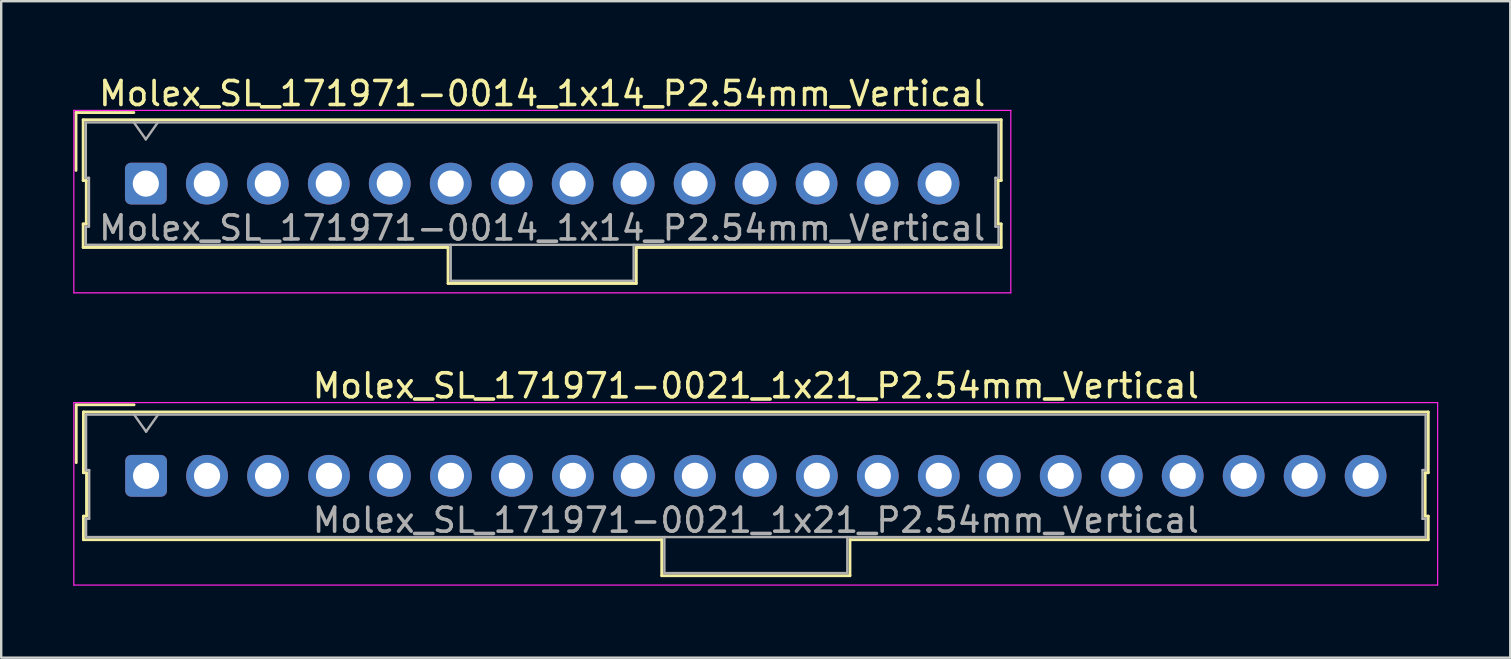
<source format=kicad_pcb>
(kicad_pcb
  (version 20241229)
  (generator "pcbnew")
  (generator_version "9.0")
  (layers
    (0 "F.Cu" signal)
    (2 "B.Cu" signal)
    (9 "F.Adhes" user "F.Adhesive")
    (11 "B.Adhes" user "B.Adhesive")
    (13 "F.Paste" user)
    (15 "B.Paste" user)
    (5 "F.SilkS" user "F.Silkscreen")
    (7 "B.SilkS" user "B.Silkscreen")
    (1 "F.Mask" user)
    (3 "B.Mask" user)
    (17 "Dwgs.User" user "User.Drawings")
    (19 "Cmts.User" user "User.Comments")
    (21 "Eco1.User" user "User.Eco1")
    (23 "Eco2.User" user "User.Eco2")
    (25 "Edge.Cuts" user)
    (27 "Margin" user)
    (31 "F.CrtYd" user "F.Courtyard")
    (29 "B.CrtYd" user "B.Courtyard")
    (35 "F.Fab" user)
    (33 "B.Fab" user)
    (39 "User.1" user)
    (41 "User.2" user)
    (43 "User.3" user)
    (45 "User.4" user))
  (footprint "Molex_SL_171971-0014_1x14_P2.54mm_Vertical"
    (layer "F.Cu")
    (at 3.025 4.598)
    (property "Reference" "Molex_SL_171971-0014_1x14_P2.54mm_Vertical" (at 16.51 -3.75 0) (layer "F.SilkS") (effects (font (size 1 1) (thickness 0.15))))
    (attr through_hole)
    (fp_line (start -2.91 -2.96) (end -0.5 -2.96) (stroke (width 0.12) (type solid)) (layer "F.SilkS"))
    (fp_line (start -2.91 -0.55) (end -2.91 -2.96) (stroke (width 0.12) (type solid)) (layer "F.SilkS"))
    (fp_line (start -2.61 -2.66) (end -2.61 -0.13) (stroke (width 0.12) (type solid)) (layer "F.SilkS"))
    (fp_line (start -2.61 -0.13) (end -2.48 -0.13) (stroke (width 0.12) (type solid)) (layer "F.SilkS"))
    (fp_line (start -2.61 1.68) (end -2.61 2.66) (stroke (width 0.12) (type solid)) (layer "F.SilkS"))
    (fp_line (start -2.61 2.66) (end 12.59 2.66) (stroke (width 0.12) (type solid)) (layer "F.SilkS"))
    (fp_line (start -2.48 -0.13) (end -2.48 1.68) (stroke (width 0.12) (type solid)) (layer "F.SilkS"))
    (fp_line (start -2.48 1.68) (end -2.61 1.68) (stroke (width 0.12) (type solid)) (layer "F.SilkS"))
    (fp_line (start 12.59 2.66) (end 12.59 4.16) (stroke (width 0.12) (type solid)) (layer "F.SilkS"))
    (fp_line (start 12.59 4.16) (end 20.43 4.16) (stroke (width 0.12) (type solid)) (layer "F.SilkS"))
    (fp_line (start 20.43 2.66) (end 35.63 2.66) (stroke (width 0.12) (type solid)) (layer "F.SilkS"))
    (fp_line (start 20.43 4.16) (end 20.43 2.66) (stroke (width 0.12) (type solid)) (layer "F.SilkS"))
    (fp_line (start 35.5 -0.13) (end 35.63 -0.13) (stroke (width 0.12) (type solid)) (layer "F.SilkS"))
    (fp_line (start 35.5 1.68) (end 35.5 -0.13) (stroke (width 0.12) (type solid)) (layer "F.SilkS"))
    (fp_line (start 35.63 -2.66) (end -2.61 -2.66) (stroke (width 0.12) (type solid)) (layer "F.SilkS"))
    (fp_line (start 35.63 -0.13) (end 35.63 -2.66) (stroke (width 0.12) (type solid)) (layer "F.SilkS"))
    (fp_line (start 35.63 1.68) (end 35.5 1.68) (stroke (width 0.12) (type solid)) (layer "F.SilkS"))
    (fp_line (start 35.63 2.66) (end 35.63 1.68) (stroke (width 0.12) (type solid)) (layer "F.SilkS"))
    (fp_line (start -3 -3.05) (end -3 4.55) (stroke (width 0.05) (type solid)) (layer "F.CrtYd"))
    (fp_line (start -3 4.55) (end 36.03 4.55) (stroke (width 0.05) (type solid)) (layer "F.CrtYd"))
    (fp_line (start 36.03 -3.05) (end -3 -3.05) (stroke (width 0.05) (type solid)) (layer "F.CrtYd"))
    (fp_line (start 36.03 4.55) (end 36.03 -3.05) (stroke (width 0.05) (type solid)) (layer "F.CrtYd"))
    (fp_line (start -2.5 -2.55) (end -2.5 -0.24) (stroke (width 0.1) (type solid)) (layer "F.Fab"))
    (fp_line (start -2.5 -0.24) (end -2.37 -0.24) (stroke (width 0.1) (type solid)) (layer "F.Fab"))
    (fp_line (start -2.5 1.79) (end -2.5 2.55) (stroke (width 0.1) (type solid)) (layer "F.Fab"))
    (fp_line (start -2.5 2.55) (end 35.52 2.55) (stroke (width 0.1) (type solid)) (layer "F.Fab"))
    (fp_line (start -2.37 -0.24) (end -2.37 1.79) (stroke (width 0.1) (type solid)) (layer "F.Fab"))
    (fp_line (start -2.37 1.79) (end -2.5 1.79) (stroke (width 0.1) (type solid)) (layer "F.Fab"))
    (fp_line (start 0 -1.843) (end -0.5 -2.55) (stroke (width 0.1) (type solid)) (layer "F.Fab"))
    (fp_line (start 0.5 -2.55) (end 0 -1.843) (stroke (width 0.1) (type solid)) (layer "F.Fab"))
    (fp_line (start 12.7 2.55) (end 12.7 4.05) (stroke (width 0.1) (type solid)) (layer "F.Fab"))
    (fp_line (start 12.7 4.05) (end 20.32 4.05) (stroke (width 0.1) (type solid)) (layer "F.Fab"))
    (fp_line (start 20.32 4.05) (end 20.32 2.55) (stroke (width 0.1) (type solid)) (layer "F.Fab"))
    (fp_line (start 35.39 -0.24) (end 35.52 -0.24) (stroke (width 0.1) (type solid)) (layer "F.Fab"))
    (fp_line (start 35.39 1.79) (end 35.39 -0.24) (stroke (width 0.1) (type solid)) (layer "F.Fab"))
    (fp_line (start 35.52 -2.55) (end -2.5 -2.55) (stroke (width 0.1) (type solid)) (layer "F.Fab"))
    (fp_line (start 35.52 -0.24) (end 35.52 -2.55) (stroke (width 0.1) (type solid)) (layer "F.Fab"))
    (fp_line (start 35.52 1.79) (end 35.39 1.79) (stroke (width 0.1) (type solid)) (layer "F.Fab"))
    (fp_line (start 35.52 2.55) (end 35.52 1.79) (stroke (width 0.1) (type solid)) (layer "F.Fab"))
    (fp_text user "${REFERENCE}" (at 16.51 1.85 0) (layer "F.Fab") (effects (font (size 1 1) (thickness 0.15))))
    (pad "1" thru_hole roundrect (at 0 0) (size 1.74 1.74) (drill 1.09) (layers "*.Cu" "*.Mask") (roundrect_rratio 0.144))
    (pad "2" thru_hole circle (at 2.54 0) (size 1.74 1.74) (drill 1.09) (layers "*.Cu" "*.Mask"))
    (pad "3" thru_hole circle (at 5.08 0) (size 1.74 1.74) (drill 1.09) (layers "*.Cu" "*.Mask"))
    (pad "4" thru_hole circle (at 7.62 0) (size 1.74 1.74) (drill 1.09) (layers "*.Cu" "*.Mask"))
    (pad "5" thru_hole circle (at 10.16 0) (size 1.74 1.74) (drill 1.09) (layers "*.Cu" "*.Mask"))
    (pad "6" thru_hole circle (at 12.7 0) (size 1.74 1.74) (drill 1.09) (layers "*.Cu" "*.Mask"))
    (pad "7" thru_hole circle (at 15.24 0) (size 1.74 1.74) (drill 1.09) (layers "*.Cu" "*.Mask"))
    (pad "8" thru_hole circle (at 17.78 0) (size 1.74 1.74) (drill 1.09) (layers "*.Cu" "*.Mask"))
    (pad "9" thru_hole circle (at 20.32 0) (size 1.74 1.74) (drill 1.09) (layers "*.Cu" "*.Mask"))
    (pad "10" thru_hole circle (at 22.86 0) (size 1.74 1.74) (drill 1.09) (layers "*.Cu" "*.Mask"))
    (pad "11" thru_hole circle (at 25.4 0) (size 1.74 1.74) (drill 1.09) (layers "*.Cu" "*.Mask"))
    (pad "12" thru_hole circle (at 27.94 0) (size 1.74 1.74) (drill 1.09) (layers "*.Cu" "*.Mask"))
    (pad "13" thru_hole circle (at 30.48 0) (size 1.74 1.74) (drill 1.09) (layers "*.Cu" "*.Mask"))
    (pad "14" thru_hole circle (at 33.02 0) (size 1.74 1.74) (drill 1.09) (layers "*.Cu" "*.Mask")))
  (footprint "Molex_SL_171971-0021_1x21_P2.54mm_Vertical"
    (layer "F.Cu")
    (at 3.035 16.771)
    (property "Reference" "Molex_SL_171971-0021_1x21_P2.54mm_Vertical" (at 25.4 -3.75 0) (layer "F.SilkS") (effects (font (size 1 1) (thickness 0.15))))
    (attr through_hole)
    (fp_line (start -2.91 -2.96) (end -0.5 -2.96) (stroke (width 0.12) (type solid)) (layer "F.SilkS"))
    (fp_line (start -2.91 -0.55) (end -2.91 -2.96) (stroke (width 0.12) (type solid)) (layer "F.SilkS"))
    (fp_line (start -2.61 -2.66) (end -2.61 -0.13) (stroke (width 0.12) (type solid)) (layer "F.SilkS"))
    (fp_line (start -2.61 -0.13) (end -2.48 -0.13) (stroke (width 0.12) (type solid)) (layer "F.SilkS"))
    (fp_line (start -2.61 1.68) (end -2.61 2.66) (stroke (width 0.12) (type solid)) (layer "F.SilkS"))
    (fp_line (start -2.61 2.66) (end 21.48 2.66) (stroke (width 0.12) (type solid)) (layer "F.SilkS"))
    (fp_line (start -2.48 -0.13) (end -2.48 1.68) (stroke (width 0.12) (type solid)) (layer "F.SilkS"))
    (fp_line (start -2.48 1.68) (end -2.61 1.68) (stroke (width 0.12) (type solid)) (layer "F.SilkS"))
    (fp_line (start 21.48 2.66) (end 21.48 4.16) (stroke (width 0.12) (type solid)) (layer "F.SilkS"))
    (fp_line (start 21.48 4.16) (end 29.32 4.16) (stroke (width 0.12) (type solid)) (layer "F.SilkS"))
    (fp_line (start 29.32 2.66) (end 53.41 2.66) (stroke (width 0.12) (type solid)) (layer "F.SilkS"))
    (fp_line (start 29.32 4.16) (end 29.32 2.66) (stroke (width 0.12) (type solid)) (layer "F.SilkS"))
    (fp_line (start 53.28 -0.13) (end 53.41 -0.13) (stroke (width 0.12) (type solid)) (layer "F.SilkS"))
    (fp_line (start 53.28 1.68) (end 53.28 -0.13) (stroke (width 0.12) (type solid)) (layer "F.SilkS"))
    (fp_line (start 53.41 -2.66) (end -2.61 -2.66) (stroke (width 0.12) (type solid)) (layer "F.SilkS"))
    (fp_line (start 53.41 -0.13) (end 53.41 -2.66) (stroke (width 0.12) (type solid)) (layer "F.SilkS"))
    (fp_line (start 53.41 1.68) (end 53.28 1.68) (stroke (width 0.12) (type solid)) (layer "F.SilkS"))
    (fp_line (start 53.41 2.66) (end 53.41 1.68) (stroke (width 0.12) (type solid)) (layer "F.SilkS"))
    (fp_line (start -3.01 -3.05) (end -3.01 4.55) (stroke (width 0.05) (type solid)) (layer "F.CrtYd"))
    (fp_line (start -3.01 4.55) (end 53.8 4.55) (stroke (width 0.05) (type solid)) (layer "F.CrtYd"))
    (fp_line (start 53.8 -3.05) (end -3.01 -3.05) (stroke (width 0.05) (type solid)) (layer "F.CrtYd"))
    (fp_line (start 53.8 4.55) (end 53.8 -3.05) (stroke (width 0.05) (type solid)) (layer "F.CrtYd"))
    (fp_line (start -2.5 -2.55) (end -2.5 -0.24) (stroke (width 0.1) (type solid)) (layer "F.Fab"))
    (fp_line (start -2.5 -0.24) (end -2.37 -0.24) (stroke (width 0.1) (type solid)) (layer "F.Fab"))
    (fp_line (start -2.5 1.79) (end -2.5 2.55) (stroke (width 0.1) (type solid)) (layer "F.Fab"))
    (fp_line (start -2.5 2.55) (end 53.3 2.55) (stroke (width 0.1) (type solid)) (layer "F.Fab"))
    (fp_line (start -2.37 -0.24) (end -2.37 1.79) (stroke (width 0.1) (type solid)) (layer "F.Fab"))
    (fp_line (start -2.37 1.79) (end -2.5 1.79) (stroke (width 0.1) (type solid)) (layer "F.Fab"))
    (fp_line (start 0 -1.843) (end -0.5 -2.55) (stroke (width 0.1) (type solid)) (layer "F.Fab"))
    (fp_line (start 0.5 -2.55) (end 0 -1.843) (stroke (width 0.1) (type solid)) (layer "F.Fab"))
    (fp_line (start 21.59 2.55) (end 21.59 4.05) (stroke (width 0.1) (type solid)) (layer "F.Fab"))
    (fp_line (start 21.59 4.05) (end 29.21 4.05) (stroke (width 0.1) (type solid)) (layer "F.Fab"))
    (fp_line (start 29.21 4.05) (end 29.21 2.55) (stroke (width 0.1) (type solid)) (layer "F.Fab"))
    (fp_line (start 53.17 -0.24) (end 53.3 -0.24) (stroke (width 0.1) (type solid)) (layer "F.Fab"))
    (fp_line (start 53.17 1.79) (end 53.17 -0.24) (stroke (width 0.1) (type solid)) (layer "F.Fab"))
    (fp_line (start 53.3 -2.55) (end -2.5 -2.55) (stroke (width 0.1) (type solid)) (layer "F.Fab"))
    (fp_line (start 53.3 -0.24) (end 53.3 -2.55) (stroke (width 0.1) (type solid)) (layer "F.Fab"))
    (fp_line (start 53.3 1.79) (end 53.17 1.79) (stroke (width 0.1) (type solid)) (layer "F.Fab"))
    (fp_line (start 53.3 2.55) (end 53.3 1.79) (stroke (width 0.1) (type solid)) (layer "F.Fab"))
    (fp_text user "${REFERENCE}" (at 25.4 1.85 0) (layer "F.Fab") (effects (font (size 1 1) (thickness 0.15))))
    (pad "1" thru_hole roundrect (at 0 0) (size 1.74 1.74) (drill 1.09) (layers "*.Cu" "*.Mask") (roundrect_rratio 0.144))
    (pad "2" thru_hole circle (at 2.54 0) (size 1.74 1.74) (drill 1.09) (layers "*.Cu" "*.Mask"))
    (pad "3" thru_hole circle (at 5.08 0) (size 1.74 1.74) (drill 1.09) (layers "*.Cu" "*.Mask"))
    (pad "4" thru_hole circle (at 7.62 0) (size 1.74 1.74) (drill 1.09) (layers "*.Cu" "*.Mask"))
    (pad "5" thru_hole circle (at 10.16 0) (size 1.74 1.74) (drill 1.09) (layers "*.Cu" "*.Mask"))
    (pad "6" thru_hole circle (at 12.7 0) (size 1.74 1.74) (drill 1.09) (layers "*.Cu" "*.Mask"))
    (pad "7" thru_hole circle (at 15.24 0) (size 1.74 1.74) (drill 1.09) (layers "*.Cu" "*.Mask"))
    (pad "8" thru_hole circle (at 17.78 0) (size 1.74 1.74) (drill 1.09) (layers "*.Cu" "*.Mask"))
    (pad "9" thru_hole circle (at 20.32 0) (size 1.74 1.74) (drill 1.09) (layers "*.Cu" "*.Mask"))
    (pad "10" thru_hole circle (at 22.86 0) (size 1.74 1.74) (drill 1.09) (layers "*.Cu" "*.Mask"))
    (pad "11" thru_hole circle (at 25.4 0) (size 1.74 1.74) (drill 1.09) (layers "*.Cu" "*.Mask"))
    (pad "12" thru_hole circle (at 27.94 0) (size 1.74 1.74) (drill 1.09) (layers "*.Cu" "*.Mask"))
    (pad "13" thru_hole circle (at 30.48 0) (size 1.74 1.74) (drill 1.09) (layers "*.Cu" "*.Mask"))
    (pad "14" thru_hole circle (at 33.02 0) (size 1.74 1.74) (drill 1.09) (layers "*.Cu" "*.Mask"))
    (pad "15" thru_hole circle (at 35.56 0) (size 1.74 1.74) (drill 1.09) (layers "*.Cu" "*.Mask"))
    (pad "16" thru_hole circle (at 38.1 0) (size 1.74 1.74) (drill 1.09) (layers "*.Cu" "*.Mask"))
    (pad "17" thru_hole circle (at 40.64 0) (size 1.74 1.74) (drill 1.09) (layers "*.Cu" "*.Mask"))
    (pad "18" thru_hole circle (at 43.18 0) (size 1.74 1.74) (drill 1.09) (layers "*.Cu" "*.Mask"))
    (pad "19" thru_hole circle (at 45.72 0) (size 1.74 1.74) (drill 1.09) (layers "*.Cu" "*.Mask"))
    (pad "20" thru_hole circle (at 48.26 0) (size 1.74 1.74) (drill 1.09) (layers "*.Cu" "*.Mask"))
    (pad "21" thru_hole circle (at 50.8 0) (size 1.74 1.74) (drill 1.09) (layers "*.Cu" "*.Mask")))
  (gr_rect
    (start -3 -3)
    (end 59.86 24.346)
    (stroke (width 0.1) (type default))
    (fill no)
    (layer "Edge.Cuts")))
</source>
